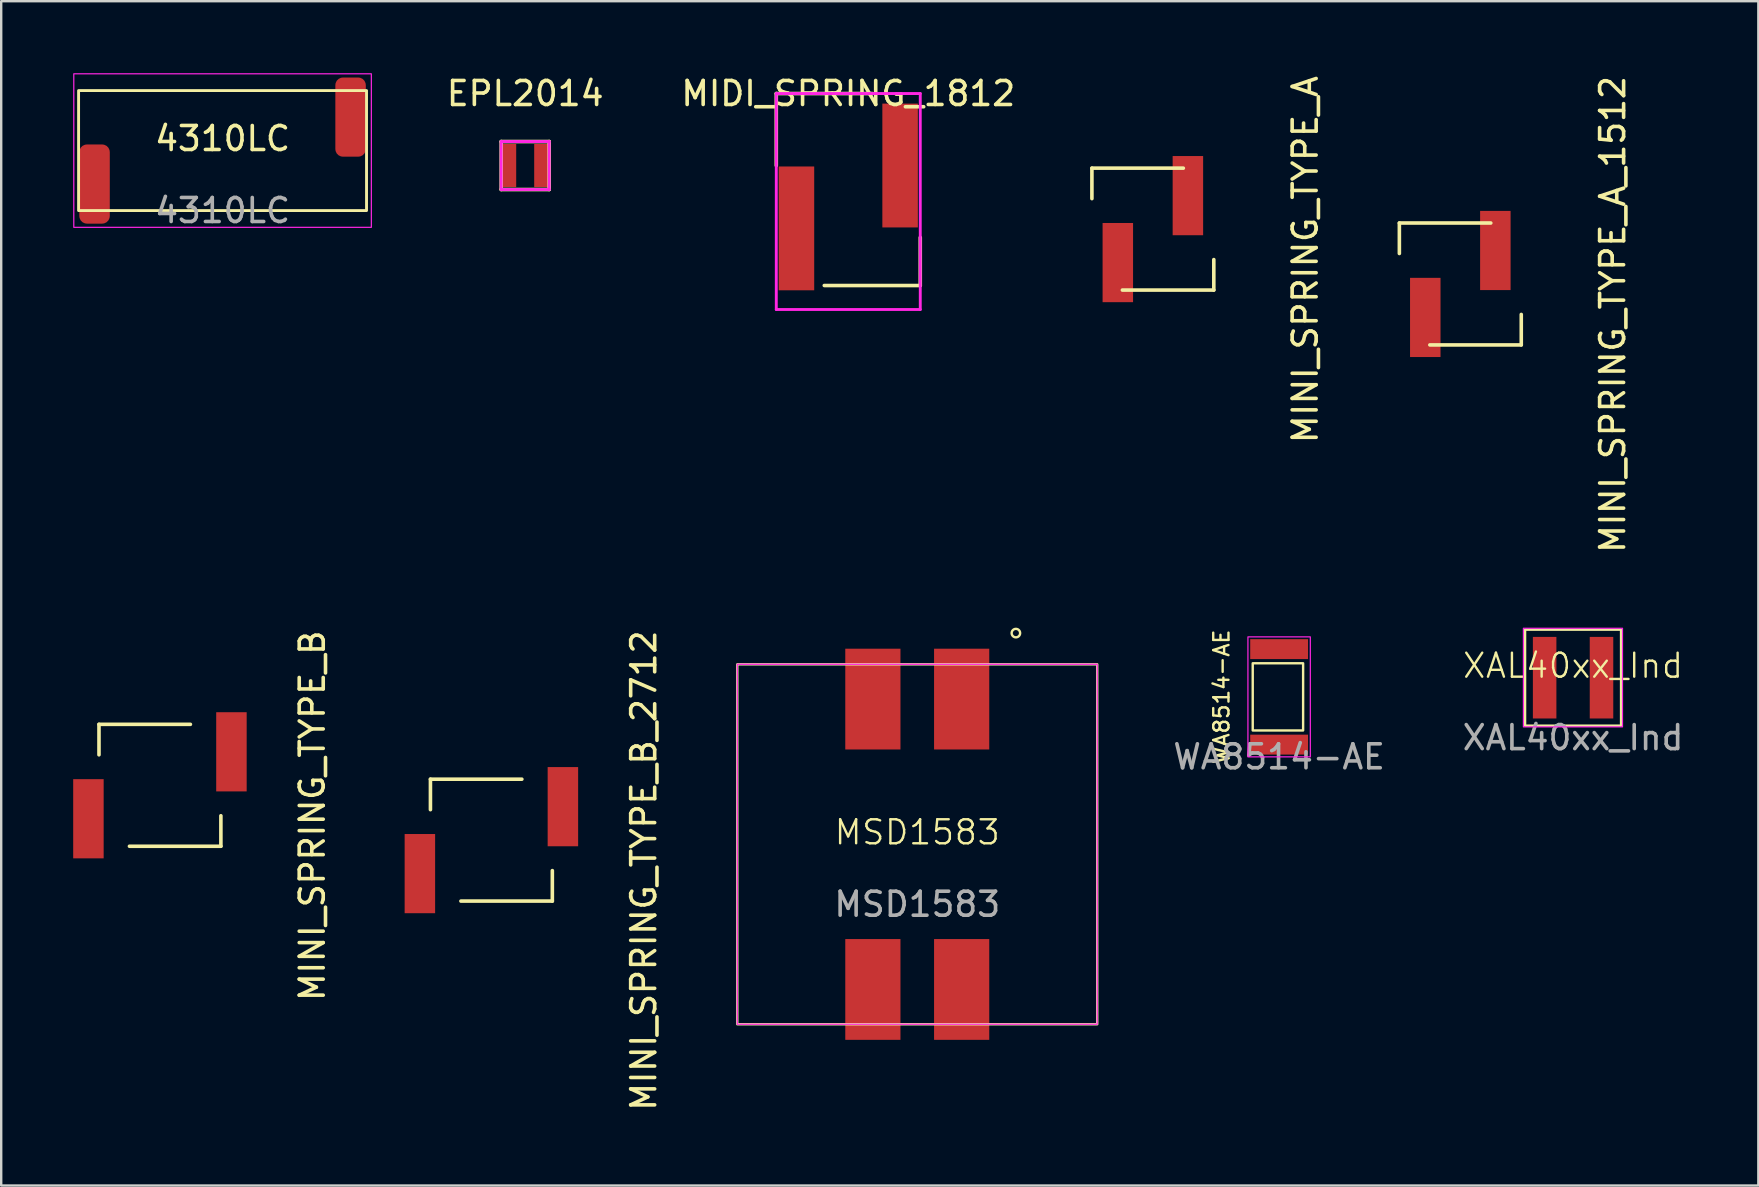
<source format=kicad_pcb>
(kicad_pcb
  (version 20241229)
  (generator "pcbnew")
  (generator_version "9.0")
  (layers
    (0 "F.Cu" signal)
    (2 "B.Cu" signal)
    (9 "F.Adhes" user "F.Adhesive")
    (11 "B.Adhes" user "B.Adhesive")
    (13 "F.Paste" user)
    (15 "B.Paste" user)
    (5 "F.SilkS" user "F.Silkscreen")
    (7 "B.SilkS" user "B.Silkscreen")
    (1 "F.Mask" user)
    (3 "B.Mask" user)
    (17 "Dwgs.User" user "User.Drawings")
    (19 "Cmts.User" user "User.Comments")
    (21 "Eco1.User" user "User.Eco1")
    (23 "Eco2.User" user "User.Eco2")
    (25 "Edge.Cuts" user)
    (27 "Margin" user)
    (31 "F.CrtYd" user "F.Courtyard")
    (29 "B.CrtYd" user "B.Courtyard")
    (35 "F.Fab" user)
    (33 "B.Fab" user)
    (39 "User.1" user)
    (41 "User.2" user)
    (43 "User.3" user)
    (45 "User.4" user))
  (footprint "MINI_SPRING_TYPE_B"
    (layer "F.Cu")
    (at 3.615 29.676)
    (property "Reference" "MINI_SPRING_TYPE_B" (at 6.35 1.27 90) (layer "F.SilkS") (effects (font (size 1 1) (thickness 0.15))))
    (attr through_hole)
    (fp_line (start -2.54 -2.54) (end 1.27 -2.54) (stroke (width 0.15) (type solid)) (layer "F.SilkS"))
    (fp_line (start -2.54 -1.27) (end -2.54 -2.54) (stroke (width 0.15) (type solid)) (layer "F.SilkS"))
    (fp_line (start -1.27 2.54) (end 2.54 2.54) (stroke (width 0.15) (type solid)) (layer "F.SilkS"))
    (fp_line (start 2.54 2.54) (end 2.54 1.27) (stroke (width 0.15) (type solid)) (layer "F.SilkS"))
    (pad "1" smd rect (at -2.98 1.395) (size 1.27 3.3) (layers "F.Cu" "F.Mask" "F.Paste"))
    (pad "2" smd rect (at 2.98 -1.395) (size 1.27 3.3) (layers "F.Cu" "F.Mask" "F.Paste")))
  (footprint "4310LC"
    (layer "F.Cu")
    (at 6.225 3.225)
    (property "Reference" "4310LC" (at 0 -0.5 0) (unlocked yes) (layer "F.SilkS") (effects (font (size 1 1) (thickness 0.15))))
    (attr smd)
    (fp_rect (start -6 -2.5) (end 6 2.5) (stroke (width 0.12) (type solid)) (fill no) (layer "F.SilkS"))
    (fp_rect (start -6.2 -3.2) (end 6.2 3.2) (stroke (width 0.05) (type solid)) (fill no) (layer "F.CrtYd"))
    (fp_text user "${REFERENCE}" (at 0 2.5 0) (unlocked yes) (layer "F.Fab") (effects (font (size 1 1) (thickness 0.15))))
    (pad "1" smd roundrect (at 5.335 -1.395) (size 1.27 3.3) (layers "F.Cu" "F.Mask" "F.Paste") (roundrect_rratio 0.25))
    (pad "2" smd roundrect (at -5.335 1.395) (size 1.27 3.3) (layers "F.Cu" "F.Mask" "F.Paste") (roundrect_rratio 0.25)))
  (footprint "MIDI_SPRING_1812"
    (layer "F.Cu")
    (at 32.301 3.848)
    (property "Reference" "MIDI_SPRING_1812" (at 0 -3 0) (layer "F.SilkS") (effects (font (size 1 1) (thickness 0.15))))
    (attr through_hole)
    (fp_line (start -3 -3) (end -3 0) (stroke (width 0.15) (type solid)) (layer "F.SilkS"))
    (fp_line (start -1 5) (end 3 5) (stroke (width 0.15) (type solid)) (layer "F.SilkS"))
    (fp_line (start 1 -3) (end -3 -3) (stroke (width 0.15) (type solid)) (layer "F.SilkS"))
    (fp_line (start 3 5) (end 3 3) (stroke (width 0.15) (type solid)) (layer "F.SilkS"))
    (fp_line (start -3 -3) (end 3 -3) (stroke (width 0.12) (type solid)) (layer "F.CrtYd"))
    (fp_line (start -3 6) (end -3 -3) (stroke (width 0.12) (type solid)) (layer "F.CrtYd"))
    (fp_line (start 3 -3) (end 3 6) (stroke (width 0.12) (type solid)) (layer "F.CrtYd"))
    (fp_line (start 3 6) (end -3 6) (stroke (width 0.12) (type solid)) (layer "F.CrtYd"))
    (pad "1" smd rect (at -2.16 2.62) (size 1.48 5.16) (layers "F.Cu" "F.Mask" "F.Paste"))
    (pad "2" smd rect (at 2.16 0) (size 1.48 5.16) (layers "F.Cu" "F.Mask" "F.Paste")))
  (footprint "MINI_SPRING_TYPE_A"
    (layer "F.Cu")
    (at 44.994 6.498)
    (property "Reference" "MINI_SPRING_TYPE_A" (at 6.35 1.27 90) (layer "F.SilkS") (effects (font (size 1 1) (thickness 0.15))))
    (attr through_hole)
    (fp_line (start -2.54 -2.54) (end 1.27 -2.54) (stroke (width 0.15) (type solid)) (layer "F.SilkS"))
    (fp_line (start -2.54 -1.27) (end -2.54 -2.54) (stroke (width 0.15) (type solid)) (layer "F.SilkS"))
    (fp_line (start -1.27 2.54) (end 2.54 2.54) (stroke (width 0.15) (type solid)) (layer "F.SilkS"))
    (fp_line (start 2.54 2.54) (end 2.54 1.27) (stroke (width 0.15) (type solid)) (layer "F.SilkS"))
    (pad "1" smd rect (at -1.46 1.395) (size 1.27 3.3) (layers "F.Cu" "F.Mask" "F.Paste"))
    (pad "2" smd rect (at 1.46 -1.395) (size 1.27 3.3) (layers "F.Cu" "F.Mask" "F.Paste")))
  (footprint "XAL40xx_Ind"
    (layer "F.Cu")
    (at 62.506 25.192)
    (property "Reference" "XAL40xx_Ind" (at 0 -0.5 0) (unlocked yes) (layer "F.SilkS") (effects (font (size 1 1) (thickness 0.1))))
    (attr smd)
    (fp_rect (start -2 -2) (end 2 2) (stroke (width 0.1) (type default)) (fill no) (layer "F.SilkS"))
    (fp_rect (start -2.07 -2.06) (end 2.06 2.05) (stroke (width 0.05) (type default)) (fill no) (layer "F.CrtYd"))
    (fp_text user "${REFERENCE}" (at 0 2.5 0) (unlocked yes) (layer "F.Fab") (effects (font (size 1 1) (thickness 0.15))))
    (pad "1" smd rect (at -1.185 0) (size 0.98 3.4) (layers "F.Cu" "F.Mask" "F.Paste"))
    (pad "2" smd rect (at 1.185 0) (size 0.98 3.4) (layers "F.Cu" "F.Mask" "F.Paste")))
  (footprint "MSD1583"
    (layer "F.Cu")
    (at 35.176 32.134)
    (property "Reference" "MSD1583" (at 0 -0.5 0) (unlocked yes) (layer "F.SilkS") (effects (font (size 1 1) (thickness 0.1))))
    (attr smd)
    (fp_rect (start -7.5 -7.5) (end 7.5 7.5) (stroke (width 0.1) (type solid)) (fill no) (layer "F.SilkS"))
    (fp_circle (center 4.11 -8.8) (end 4.23 -8.67) (stroke (width 0.1) (type default)) (fill no) (layer "F.SilkS"))
    (fp_rect (start -7.5 -7.5) (end 7.5 7.5) (stroke (width 0.05) (type solid)) (fill no) (layer "F.CrtYd"))
    (fp_text user "${REFERENCE}" (at 0 2.5 0) (unlocked yes) (layer "F.Fab") (effects (font (size 1 1) (thickness 0.15))))
    (pad "1" smd rect (at 1.85 -6.05) (size 2.3 4.2) (layers "F.Cu" "F.Mask" "F.Paste"))
    (pad "2" smd rect (at -1.85 -6.05) (size 2.3 4.2) (layers "F.Cu" "F.Mask" "F.Paste"))
    (pad "3" smd rect (at -1.85 6.05) (size 2.3 4.2) (layers "F.Cu" "F.Mask" "F.Paste"))
    (pad "4" smd rect (at 1.85 6.05) (size 2.3 4.2) (layers "F.Cu" "F.Mask" "F.Paste")))
  (footprint "MINI_SPRING_TYPE_B_2712"
    (layer "F.Cu")
    (at 17.428 31.962)
    (property "Reference" "MINI_SPRING_TYPE_B_2712" (at 6.35 1.27 90) (layer "F.SilkS") (effects (font (size 1 1) (thickness 0.15))))
    (attr through_hole)
    (fp_line (start -2.54 -2.54) (end 1.27 -2.54) (stroke (width 0.15) (type solid)) (layer "F.SilkS"))
    (fp_line (start -2.54 -1.27) (end -2.54 -2.54) (stroke (width 0.15) (type solid)) (layer "F.SilkS"))
    (fp_line (start -1.27 2.54) (end 2.54 2.54) (stroke (width 0.15) (type solid)) (layer "F.SilkS"))
    (fp_line (start 2.54 2.54) (end 2.54 1.27) (stroke (width 0.15) (type solid)) (layer "F.SilkS"))
    (pad "1" smd rect (at -2.98 1.395) (size 1.27 3.3) (layers "F.Cu" "F.Mask" "F.Paste"))
    (pad "2" smd rect (at 2.98 -1.395) (size 1.27 3.3) (layers "F.Cu" "F.Mask" "F.Paste")))
  (footprint "MINI_SPRING_TYPE_A_1512"
    (layer "F.Cu")
    (at 57.807 8.784)
    (property "Reference" "MINI_SPRING_TYPE_A_1512" (at 6.35 1.27 90) (layer "F.SilkS") (effects (font (size 1 1) (thickness 0.15))))
    (attr through_hole)
    (fp_line (start -2.54 -2.54) (end 1.27 -2.54) (stroke (width 0.15) (type solid)) (layer "F.SilkS"))
    (fp_line (start -2.54 -1.27) (end -2.54 -2.54) (stroke (width 0.15) (type solid)) (layer "F.SilkS"))
    (fp_line (start -1.27 2.54) (end 2.54 2.54) (stroke (width 0.15) (type solid)) (layer "F.SilkS"))
    (fp_line (start 2.54 2.54) (end 2.54 1.27) (stroke (width 0.15) (type solid)) (layer "F.SilkS"))
    (pad "1" smd rect (at -1.46 1.395) (size 1.27 3.3) (layers "F.Cu" "F.Mask" "F.Paste"))
    (pad "2" smd rect (at 1.46 -1.395) (size 1.27 3.3) (layers "F.Cu" "F.Mask" "F.Paste")))
  (footprint "EPL2014"
    (layer "F.Cu")
    (at 18.837 3.848)
    (property "Reference" "EPL2014" (at 0 -3 0) (layer "F.SilkS") (effects (font (size 1 1) (thickness 0.15))))
    (attr through_hole)
    (fp_line (start -1 -1) (end 1 -1) (stroke (width 0.15) (type solid)) (layer "F.SilkS"))
    (fp_line (start -1 1) (end -1 -1) (stroke (width 0.15) (type solid)) (layer "F.SilkS"))
    (fp_line (start 1 -1) (end 1 1) (stroke (width 0.15) (type solid)) (layer "F.SilkS"))
    (fp_line (start 1 1) (end -1 1) (stroke (width 0.15) (type solid)) (layer "F.SilkS"))
    (fp_line (start -1 -1) (end 1 -1) (stroke (width 0.12) (type solid)) (layer "F.CrtYd"))
    (fp_line (start -1 1) (end -1 -1) (stroke (width 0.12) (type solid)) (layer "F.CrtYd"))
    (fp_line (start 1 -1) (end 1 1) (stroke (width 0.12) (type solid)) (layer "F.CrtYd"))
    (fp_line (start 1 1) (end -1 1) (stroke (width 0.12) (type solid)) (layer "F.CrtYd"))
    (pad "1" smd rect (at -0.675 0) (size 0.6 1.8) (layers "F.Cu" "F.Mask" "F.Paste"))
    (pad "2" smd rect (at 0.675 0) (size 0.6 1.8) (layers "F.Cu" "F.Mask" "F.Paste")))
  (footprint "WA8514-AE"
    (layer "F.Cu")
    (at 50.256 25.991)
    (property "Reference" "WA8514-AE" (at -2.4 0 90) (unlocked yes) (layer "F.SilkS") (effects (font (size 0.635 0.635) (thickness 0.1))))
    (attr smd)
    (fp_rect (start -1.1 -1.4) (end 1 1.4) (stroke (width 0.1) (type default)) (fill no) (layer "F.SilkS"))
    (fp_rect (start -1.3 -2.5) (end 1.3 2.5) (stroke (width 0.05) (type default)) (fill no) (layer "F.CrtYd"))
    (fp_text user "${REFERENCE}" (at 0 2.5 0) (unlocked yes) (layer "F.Fab") (effects (font (size 1 1) (thickness 0.15))))
    (pad "1" smd rect (at 0 -1.99) (size 2.41 0.83) (layers "F.Cu" "F.Mask" "F.Paste"))
    (pad "2" smd rect (at 0 1.99) (size 2.41 0.83) (layers "F.Cu" "F.Mask" "F.Paste")))
  (gr_rect
    (start -3 -3)
    (end 70.227 46.357)
    (stroke (width 0.1) (type default))
    (fill no)
    (layer "Edge.Cuts")))
</source>
